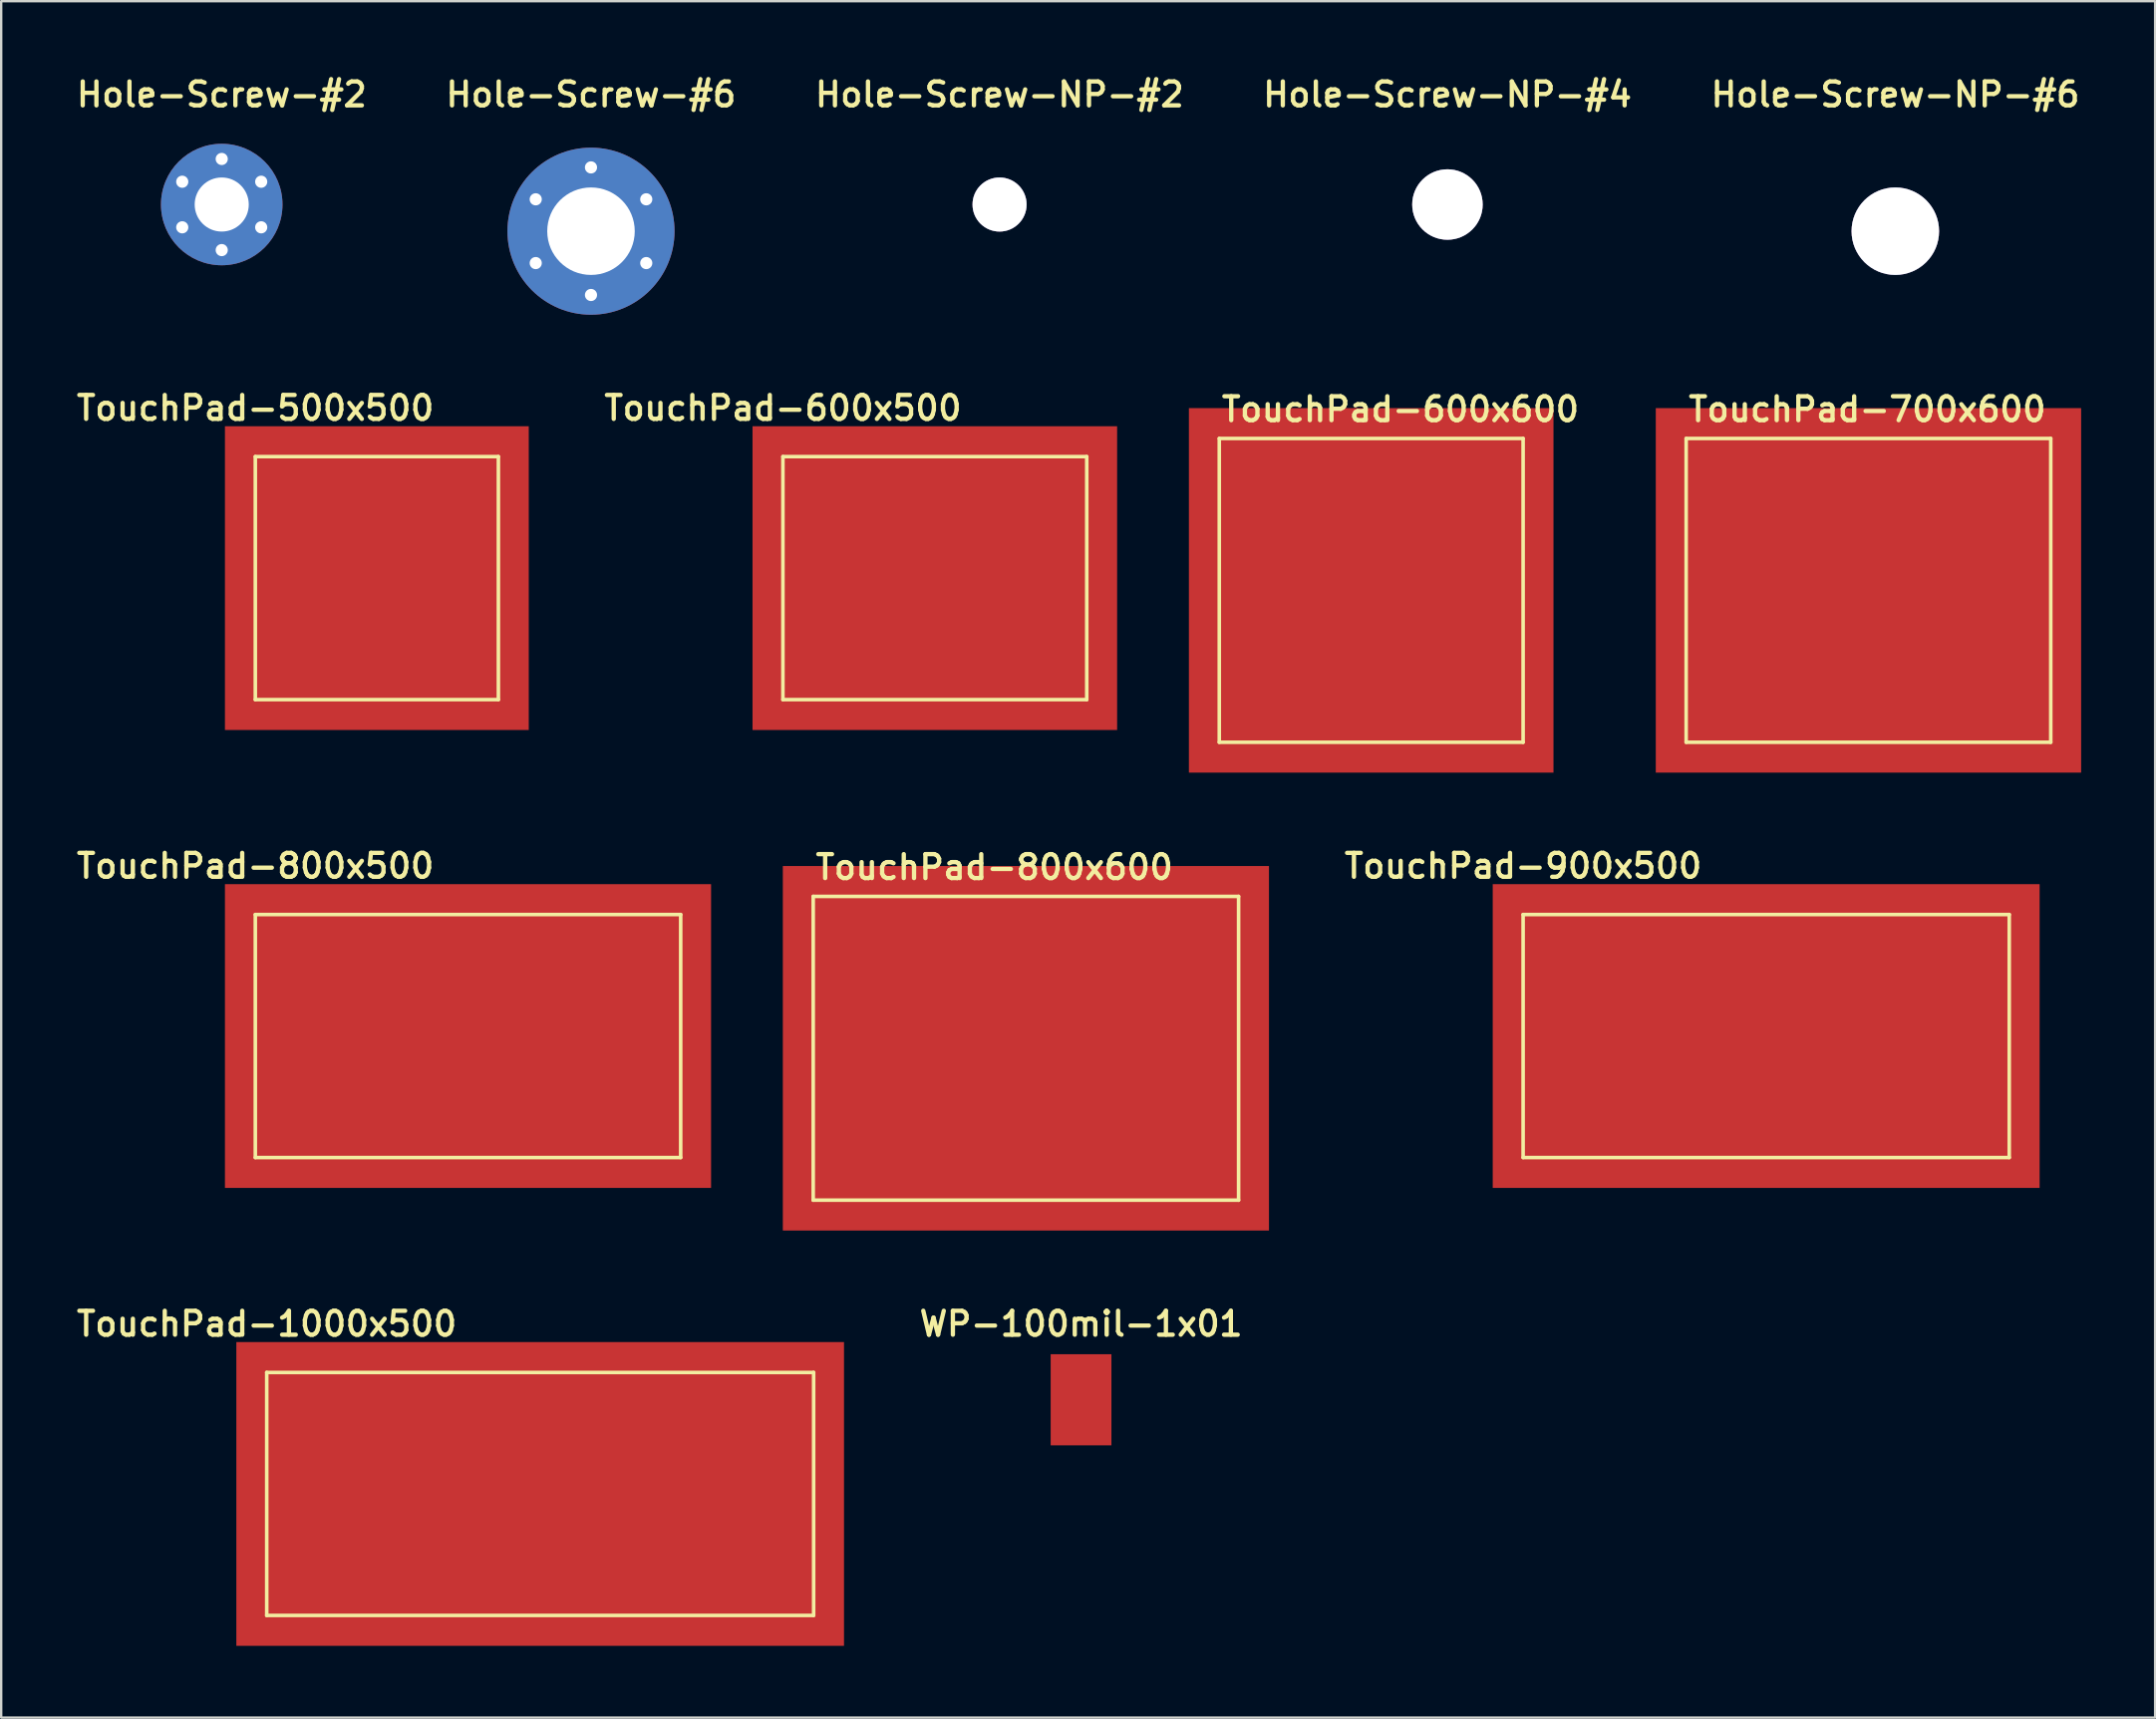
<source format=kicad_pcb>
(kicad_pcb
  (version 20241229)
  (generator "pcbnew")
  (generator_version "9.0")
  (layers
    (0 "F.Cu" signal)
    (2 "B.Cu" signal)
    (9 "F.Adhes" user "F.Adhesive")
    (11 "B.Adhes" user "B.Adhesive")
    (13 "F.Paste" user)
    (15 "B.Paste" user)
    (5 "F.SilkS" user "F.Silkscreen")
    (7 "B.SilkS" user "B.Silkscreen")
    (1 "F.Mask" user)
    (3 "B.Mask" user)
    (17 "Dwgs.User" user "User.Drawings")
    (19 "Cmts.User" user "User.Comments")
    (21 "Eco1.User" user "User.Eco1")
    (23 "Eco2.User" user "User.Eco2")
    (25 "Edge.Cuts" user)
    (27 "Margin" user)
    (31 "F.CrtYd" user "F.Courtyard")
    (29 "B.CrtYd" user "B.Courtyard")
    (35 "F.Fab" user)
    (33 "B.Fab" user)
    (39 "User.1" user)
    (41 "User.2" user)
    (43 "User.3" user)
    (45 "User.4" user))
  (footprint "TouchPad-900x500"
    (layer "F.Cu")
    (at 70.775 40.266)
    (property "Reference" "TouchPad-900x500" (at -10.16 -7.112 0) (layer "F.SilkS") (effects (font (size 1 1) (thickness 0.18))))
    (attr through_hole)
    (fp_line (start -10.16 -5.08) (end 10.16 -5.08) (stroke (width 0.15) (type solid)) (layer "F.SilkS"))
    (fp_line (start -10.16 5.08) (end -10.16 -5.08) (stroke (width 0.15) (type solid)) (layer "F.SilkS"))
    (fp_line (start 10.16 -5.08) (end 10.16 5.08) (stroke (width 0.15) (type solid)) (layer "F.SilkS"))
    (fp_line (start 10.16 5.08) (end -10.16 5.08) (stroke (width 0.15) (type solid)) (layer "F.SilkS"))
    (pad "1" smd rect (at 0 0) (size 22.86 12.7) (layers "F.Cu")))
  (footprint "Hole-Screw-#2"
    (layer "F.Cu")
    (at 6.218 5.501)
    (property "Reference" "Hole-Screw-#2" (at 0 -4.6 0) (layer "F.SilkS") (effects (font (size 1 1) (thickness 0.18))))
    (attr exclude_from_pos_files exclude_from_bom)
    (pad "P" thru_hole circle (at -1.65 -0.953 60) (size 1.016 1.016) (drill 0.508) (layers "*.Cu"))
    (pad "P" thru_hole circle (at -1.65 0.953 120) (size 1.016 1.016) (drill 0.508) (layers "*.Cu"))
    (pad "P" thru_hole circle (at 0 -1.905) (size 1.016 1.016) (drill 0.508) (layers "*.Cu"))
    (pad "P" thru_hole circle (at 0 0) (size 5.08 5.08) (drill 2.261) (layers "*.Cu" "*.Mask"))
    (pad "P" thru_hole circle (at 0 1.905 180) (size 1.016 1.016) (drill 0.508) (layers "*.Cu"))
    (pad "P" thru_hole circle (at 1.65 -0.953 300) (size 1.016 1.016) (drill 0.508) (layers "*.Cu"))
    (pad "P" thru_hole circle (at 1.65 0.953 240) (size 1.016 1.016) (drill 0.508) (layers "*.Cu")))
  (footprint "TouchPad-500x500"
    (layer "F.Cu")
    (at 12.702 21.121)
    (property "Reference" "TouchPad-500x500" (at -5.08 -7.112 0) (layer "F.SilkS") (effects (font (size 1 1) (thickness 0.18))))
    (attr through_hole)
    (fp_line (start -5.08 -5.08) (end 5.08 -5.08) (stroke (width 0.15) (type solid)) (layer "F.SilkS"))
    (fp_line (start -5.08 5.08) (end -5.08 -5.08) (stroke (width 0.15) (type solid)) (layer "F.SilkS"))
    (fp_line (start 5.08 -5.08) (end 5.08 5.08) (stroke (width 0.15) (type solid)) (layer "F.SilkS"))
    (fp_line (start 5.08 5.08) (end -5.08 5.08) (stroke (width 0.15) (type solid)) (layer "F.SilkS"))
    (pad "1" smd rect (at 0 0) (size 12.7 12.7) (layers "F.Cu")))
  (footprint "TouchPad-800x600"
    (layer "F.Cu")
    (at 39.832 40.778)
    (property "Reference" "TouchPad-800x600" (at -8.89 -6.985 0) (layer "F.SilkS") (effects (font (size 1 1) (thickness 0.18)) (justify left bottom)))
    (attr through_hole)
    (fp_line (start -8.89 -6.35) (end 8.89 -6.35) (stroke (width 0.15) (type solid)) (layer "F.SilkS"))
    (fp_line (start -8.89 6.35) (end -8.89 -6.35) (stroke (width 0.15) (type solid)) (layer "F.SilkS"))
    (fp_line (start 8.89 -6.35) (end 8.89 6.35) (stroke (width 0.15) (type solid)) (layer "F.SilkS"))
    (fp_line (start 8.89 6.35) (end -8.89 6.35) (stroke (width 0.15) (type solid)) (layer "F.SilkS"))
    (pad "1" smd rect (at 0 0) (size 20.32 15.24) (layers "F.Cu")))
  (footprint "TouchPad-600x600"
    (layer "F.Cu")
    (at 54.265 21.633)
    (property "Reference" "TouchPad-600x600" (at -6.35 -6.985 0) (layer "F.SilkS") (effects (font (size 1 1) (thickness 0.18)) (justify left bottom)))
    (attr through_hole)
    (fp_line (start -6.35 -6.35) (end 6.35 -6.35) (stroke (width 0.15) (type solid)) (layer "F.SilkS"))
    (fp_line (start -6.35 6.35) (end -6.35 -6.35) (stroke (width 0.15) (type solid)) (layer "F.SilkS"))
    (fp_line (start 6.35 -6.35) (end 6.35 6.35) (stroke (width 0.15) (type solid)) (layer "F.SilkS"))
    (fp_line (start 6.35 6.35) (end -6.35 6.35) (stroke (width 0.15) (type solid)) (layer "F.SilkS"))
    (pad "1" smd rect (at 0 0) (size 15.24 15.24) (layers "F.Cu")))
  (footprint "Hole-Screw-#6"
    (layer "F.Cu")
    (at 21.653 6.616)
    (property "Reference" "Hole-Screw-#6" (at 0 -5.715 0) (layer "F.SilkS") (effects (font (size 1 1) (thickness 0.18))))
    (attr exclude_from_pos_files exclude_from_bom)
    (pad "P" thru_hole circle (at -2.31 -1.333 60) (size 1.016 1.016) (drill 0.508) (layers "*.Cu"))
    (pad "P" thru_hole circle (at -2.31 1.333 120) (size 1.016 1.016) (drill 0.508) (layers "*.Cu"))
    (pad "P" thru_hole circle (at 0 -2.667) (size 1.016 1.016) (drill 0.508) (layers "*.Cu"))
    (pad "P" thru_hole circle (at 0 0) (size 6.985 6.985) (drill 3.658) (layers "*.Cu" "*.Mask"))
    (pad "P" thru_hole circle (at 0 2.667 180) (size 1.016 1.016) (drill 0.508) (layers "*.Cu"))
    (pad "P" thru_hole circle (at 2.31 -1.333 300) (size 1.016 1.016) (drill 0.508) (layers "*.Cu"))
    (pad "P" thru_hole circle (at 2.31 1.333 240) (size 1.016 1.016) (drill 0.508) (layers "*.Cu")))
  (footprint "TouchPad-800x500"
    (layer "F.Cu")
    (at 16.512 40.266)
    (property "Reference" "TouchPad-800x500" (at -8.89 -7.112 0) (layer "F.SilkS") (effects (font (size 1 1) (thickness 0.18))))
    (attr through_hole)
    (fp_line (start -8.89 -5.08) (end 8.89 -5.08) (stroke (width 0.15) (type solid)) (layer "F.SilkS"))
    (fp_line (start -8.89 5.08) (end -8.89 -5.08) (stroke (width 0.15) (type solid)) (layer "F.SilkS"))
    (fp_line (start 8.89 -5.08) (end 8.89 5.08) (stroke (width 0.15) (type solid)) (layer "F.SilkS"))
    (fp_line (start 8.89 5.08) (end -8.89 5.08) (stroke (width 0.15) (type solid)) (layer "F.SilkS"))
    (pad "1" smd rect (at 0 0) (size 20.32 12.7) (layers "F.Cu")))
  (footprint "TouchPad-600x500"
    (layer "F.Cu")
    (at 36.025 21.121)
    (property "Reference" "TouchPad-600x500" (at -6.35 -7.112 0) (layer "F.SilkS") (effects (font (size 1 1) (thickness 0.18))))
    (attr through_hole)
    (fp_line (start -6.35 -5.08) (end 6.35 -5.08) (stroke (width 0.15) (type solid)) (layer "F.SilkS"))
    (fp_line (start -6.35 5.08) (end -6.35 -5.08) (stroke (width 0.15) (type solid)) (layer "F.SilkS"))
    (fp_line (start 6.35 -5.08) (end 6.35 5.08) (stroke (width 0.15) (type solid)) (layer "F.SilkS"))
    (fp_line (start 6.35 5.08) (end -6.35 5.08) (stroke (width 0.15) (type solid)) (layer "F.SilkS"))
    (pad "1" smd rect (at 0 0) (size 15.24 12.7) (layers "F.Cu")))
  (footprint "WP-100mil-1x01"
    (layer "F.Cu")
    (at 42.137 55.474)
    (property "Reference" "WP-100mil-1x01" (at 0 -3.175 0) (layer "F.SilkS") (effects (font (size 1 1) (thickness 0.18))))
    (attr exclude_from_pos_files exclude_from_bom)
    (pad "1" smd rect (at 0 0) (size 2.54 3.81) (layers "F.Cu" "F.Mask" "F.Paste")))
  (footprint "TouchPad-700x600"
    (layer "F.Cu")
    (at 75.05 21.633)
    (property "Reference" "TouchPad-700x600" (at -7.62 -6.985 0) (layer "F.SilkS") (effects (font (size 1 1) (thickness 0.18)) (justify left bottom)))
    (attr through_hole)
    (fp_line (start -7.62 -6.35) (end 7.62 -6.35) (stroke (width 0.15) (type solid)) (layer "F.SilkS"))
    (fp_line (start -7.62 6.35) (end -7.62 -6.35) (stroke (width 0.15) (type solid)) (layer "F.SilkS"))
    (fp_line (start 7.62 -6.35) (end 7.62 6.35) (stroke (width 0.15) (type solid)) (layer "F.SilkS"))
    (fp_line (start 7.62 6.35) (end -7.62 6.35) (stroke (width 0.15) (type solid)) (layer "F.SilkS"))
    (pad "1" smd rect (at 0 0) (size 17.78 15.24) (layers "F.Cu")))
  (footprint "Hole-Screw-NP-#2"
    (layer "F.Cu")
    (at 38.731 5.501)
    (property "Reference" "Hole-Screw-NP-#2" (at 0 -4.6 0) (layer "F.SilkS") (effects (font (size 1 1) (thickness 0.18))))
    (attr exclude_from_pos_files exclude_from_bom)
    (pad "P" thru_hole circle (at 0 0) (size 2.261 2.261) (drill 2.261) (layers "*.Cu" "*.Mask")))
  (footprint "Hole-Screw-NP-#6"
    (layer "F.Cu")
    (at 76.173 6.616)
    (property "Reference" "Hole-Screw-NP-#6" (at 0 -5.715 0) (layer "F.SilkS") (effects (font (size 1 1) (thickness 0.18))))
    (attr exclude_from_pos_files exclude_from_bom)
    (pad "P" thru_hole circle (at 0 0) (size 3.658 3.658) (drill 3.658) (layers "*.Cu" "*.Mask")))
  (footprint "TouchPad-1000x500"
    (layer "F.Cu")
    (at 19.529 59.411)
    (property "Reference" "TouchPad-1000x500" (at -11.43 -7.112 0) (layer "F.SilkS") (effects (font (size 1 1) (thickness 0.18))))
    (attr through_hole)
    (fp_line (start -11.43 -5.08) (end 11.43 -5.08) (stroke (width 0.15) (type solid)) (layer "F.SilkS"))
    (fp_line (start -11.43 5.08) (end -11.43 -5.08) (stroke (width 0.15) (type solid)) (layer "F.SilkS"))
    (fp_line (start 11.43 -5.08) (end 11.43 5.08) (stroke (width 0.15) (type solid)) (layer "F.SilkS"))
    (fp_line (start 11.43 5.08) (end -11.43 5.08) (stroke (width 0.15) (type solid)) (layer "F.SilkS"))
    (pad "1" smd rect (at 0 0) (size 25.4 12.7) (layers "F.Cu")))
  (footprint "Hole-Screw-NP-#4"
    (layer "F.Cu")
    (at 57.452 5.501)
    (property "Reference" "Hole-Screw-NP-#4" (at 0 -4.6 0) (layer "F.SilkS") (effects (font (size 1 1) (thickness 0.18))))
    (attr exclude_from_pos_files exclude_from_bom)
    (pad "P" thru_hole circle (at 0 0) (size 2.946 2.946) (drill 2.946) (layers "*.Cu" "*.Mask")))
  (gr_rect
    (start -3 -3)
    (end 87.033 68.761)
    (stroke (width 0.1) (type default))
    (fill no)
    (layer "Edge.Cuts")))
</source>
